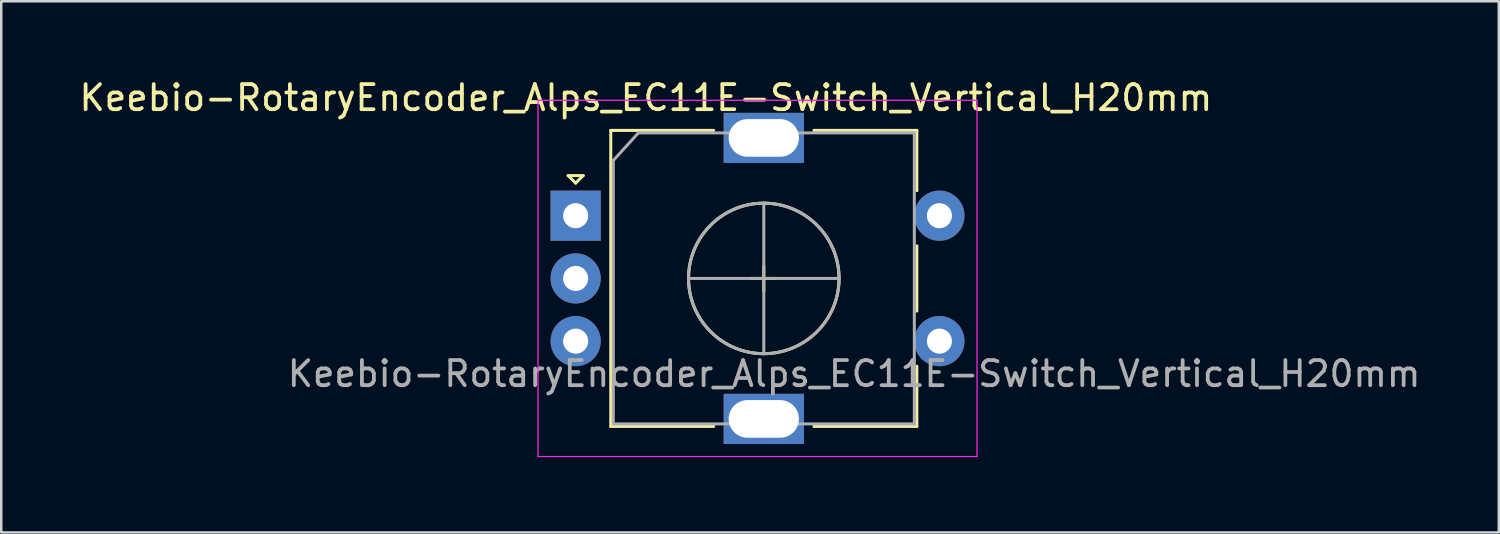
<source format=kicad_pcb>
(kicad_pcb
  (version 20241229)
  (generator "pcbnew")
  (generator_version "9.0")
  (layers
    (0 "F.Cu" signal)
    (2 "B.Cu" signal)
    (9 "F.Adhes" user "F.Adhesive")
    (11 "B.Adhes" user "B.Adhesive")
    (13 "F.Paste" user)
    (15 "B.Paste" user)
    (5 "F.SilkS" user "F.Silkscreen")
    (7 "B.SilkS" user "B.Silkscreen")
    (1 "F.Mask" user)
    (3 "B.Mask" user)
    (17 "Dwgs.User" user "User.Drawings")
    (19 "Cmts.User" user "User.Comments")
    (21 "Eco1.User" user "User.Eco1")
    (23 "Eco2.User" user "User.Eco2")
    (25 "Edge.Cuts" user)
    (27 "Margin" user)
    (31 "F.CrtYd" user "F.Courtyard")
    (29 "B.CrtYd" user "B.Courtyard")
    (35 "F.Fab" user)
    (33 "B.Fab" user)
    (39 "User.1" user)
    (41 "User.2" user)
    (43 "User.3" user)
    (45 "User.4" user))
  (footprint "Keebio-RotaryEncoder_Alps_EC11E-Switch_Vertical_H20mm"
    (layer "F.Cu")
    (at 27.396 8.048)
    (property "Reference" "Keebio-RotaryEncoder_Alps_EC11E-Switch_Vertical_H20mm" (at -4.7 -7.2 0) (layer "F.SilkS") (effects (font (size 1 1) (thickness 0.15))))
    (attr through_hole)
    (fp_line (start -7.8 -4.1) (end -7.2 -4.1) (stroke (width 0.12) (type solid)) (layer "F.SilkS"))
    (fp_line (start -7.5 -3.8) (end -7.8 -4.1) (stroke (width 0.12) (type solid)) (layer "F.SilkS"))
    (fp_line (start -7.2 -4.1) (end -7.5 -3.8) (stroke (width 0.12) (type solid)) (layer "F.SilkS"))
    (fp_line (start -6.1 -5.9) (end -6.1 5.9) (stroke (width 0.12) (type solid)) (layer "F.SilkS"))
    (fp_line (start -2 -5.9) (end -6.1 -5.9) (stroke (width 0.12) (type solid)) (layer "F.SilkS"))
    (fp_line (start -2 5.9) (end -6.1 5.9) (stroke (width 0.12) (type solid)) (layer "F.SilkS"))
    (fp_line (start -0.5 0) (end 0.5 0) (stroke (width 0.12) (type solid)) (layer "F.SilkS"))
    (fp_line (start 0 -0.5) (end 0 0.5) (stroke (width 0.12) (type solid)) (layer "F.SilkS"))
    (fp_line (start 2 -5.9) (end 6.1 -5.9) (stroke (width 0.12) (type solid)) (layer "F.SilkS"))
    (fp_line (start 6.1 -5.9) (end 6.1 -3.5) (stroke (width 0.12) (type solid)) (layer "F.SilkS"))
    (fp_line (start 6.1 -1.3) (end 6.1 1.3) (stroke (width 0.12) (type solid)) (layer "F.SilkS"))
    (fp_line (start 6.1 3.5) (end 6.1 5.9) (stroke (width 0.12) (type solid)) (layer "F.SilkS"))
    (fp_line (start 6.1 5.9) (end 2 5.9) (stroke (width 0.12) (type solid)) (layer "F.SilkS"))
    (fp_circle (center 0 0) (end 3 0) (stroke (width 0.12) (type solid)) (fill no) (layer "F.SilkS"))
    (fp_line (start -9 -7.1) (end -9 7.1) (stroke (width 0.05) (type solid)) (layer "F.CrtYd"))
    (fp_line (start -9 -7.1) (end 8.5 -7.1) (stroke (width 0.05) (type solid)) (layer "F.CrtYd"))
    (fp_line (start 8.5 7.1) (end -9 7.1) (stroke (width 0.05) (type solid)) (layer "F.CrtYd"))
    (fp_line (start 8.5 7.1) (end 8.5 -7.1) (stroke (width 0.05) (type solid)) (layer "F.CrtYd"))
    (fp_line (start -6 -4.7) (end -5 -5.8) (stroke (width 0.12) (type solid)) (layer "F.Fab"))
    (fp_line (start -6 5.8) (end -6 -4.7) (stroke (width 0.12) (type solid)) (layer "F.Fab"))
    (fp_line (start -5 -5.8) (end 6 -5.8) (stroke (width 0.12) (type solid)) (layer "F.Fab"))
    (fp_line (start -3 0) (end 3 0) (stroke (width 0.12) (type solid)) (layer "F.Fab"))
    (fp_line (start 0 -3) (end 0 3) (stroke (width 0.12) (type solid)) (layer "F.Fab"))
    (fp_line (start 6 -5.8) (end 6 5.8) (stroke (width 0.12) (type solid)) (layer "F.Fab"))
    (fp_line (start 6 5.8) (end -6 5.8) (stroke (width 0.12) (type solid)) (layer "F.Fab"))
    (fp_circle (center 0 0) (end 3 0) (stroke (width 0.12) (type solid)) (fill no) (layer "F.Fab"))
    (fp_text user "${REFERENCE}" (at 3.6 3.8 0) (layer "F.Fab") (effects (font (size 1 1) (thickness 0.15))))
    (pad "A" thru_hole rect (at -7.5 -2.5) (size 2 2) (drill 1) (layers "*.Cu" "*.Mask"))
    (pad "B" thru_hole circle (at -7.5 2.5) (size 2 2) (drill 1) (layers "*.Cu" "*.Mask"))
    (pad "C" thru_hole circle (at -7.5 0) (size 2 2) (drill 1) (layers "*.Cu" "*.Mask"))
    (pad "MP" thru_hole rect (at 0 -5.6) (size 3.2 2) (drill oval 2.8 1.5) (layers "*.Cu" "*.Mask"))
    (pad "MP" thru_hole rect (at 0 5.6) (size 3.2 2) (drill oval 2.8 1.5) (layers "*.Cu" "*.Mask"))
    (pad "S1" thru_hole circle (at 7 2.5) (size 2 2) (drill 1) (layers "*.Cu" "*.Mask"))
    (pad "S2" thru_hole circle (at 7 -2.5) (size 2 2) (drill 1) (layers "*.Cu" "*.Mask")))
  (gr_rect
    (start -3 -3)
    (end 56.693 18.173)
    (stroke (width 0.1) (type default))
    (fill no)
    (layer "Edge.Cuts")))
</source>
